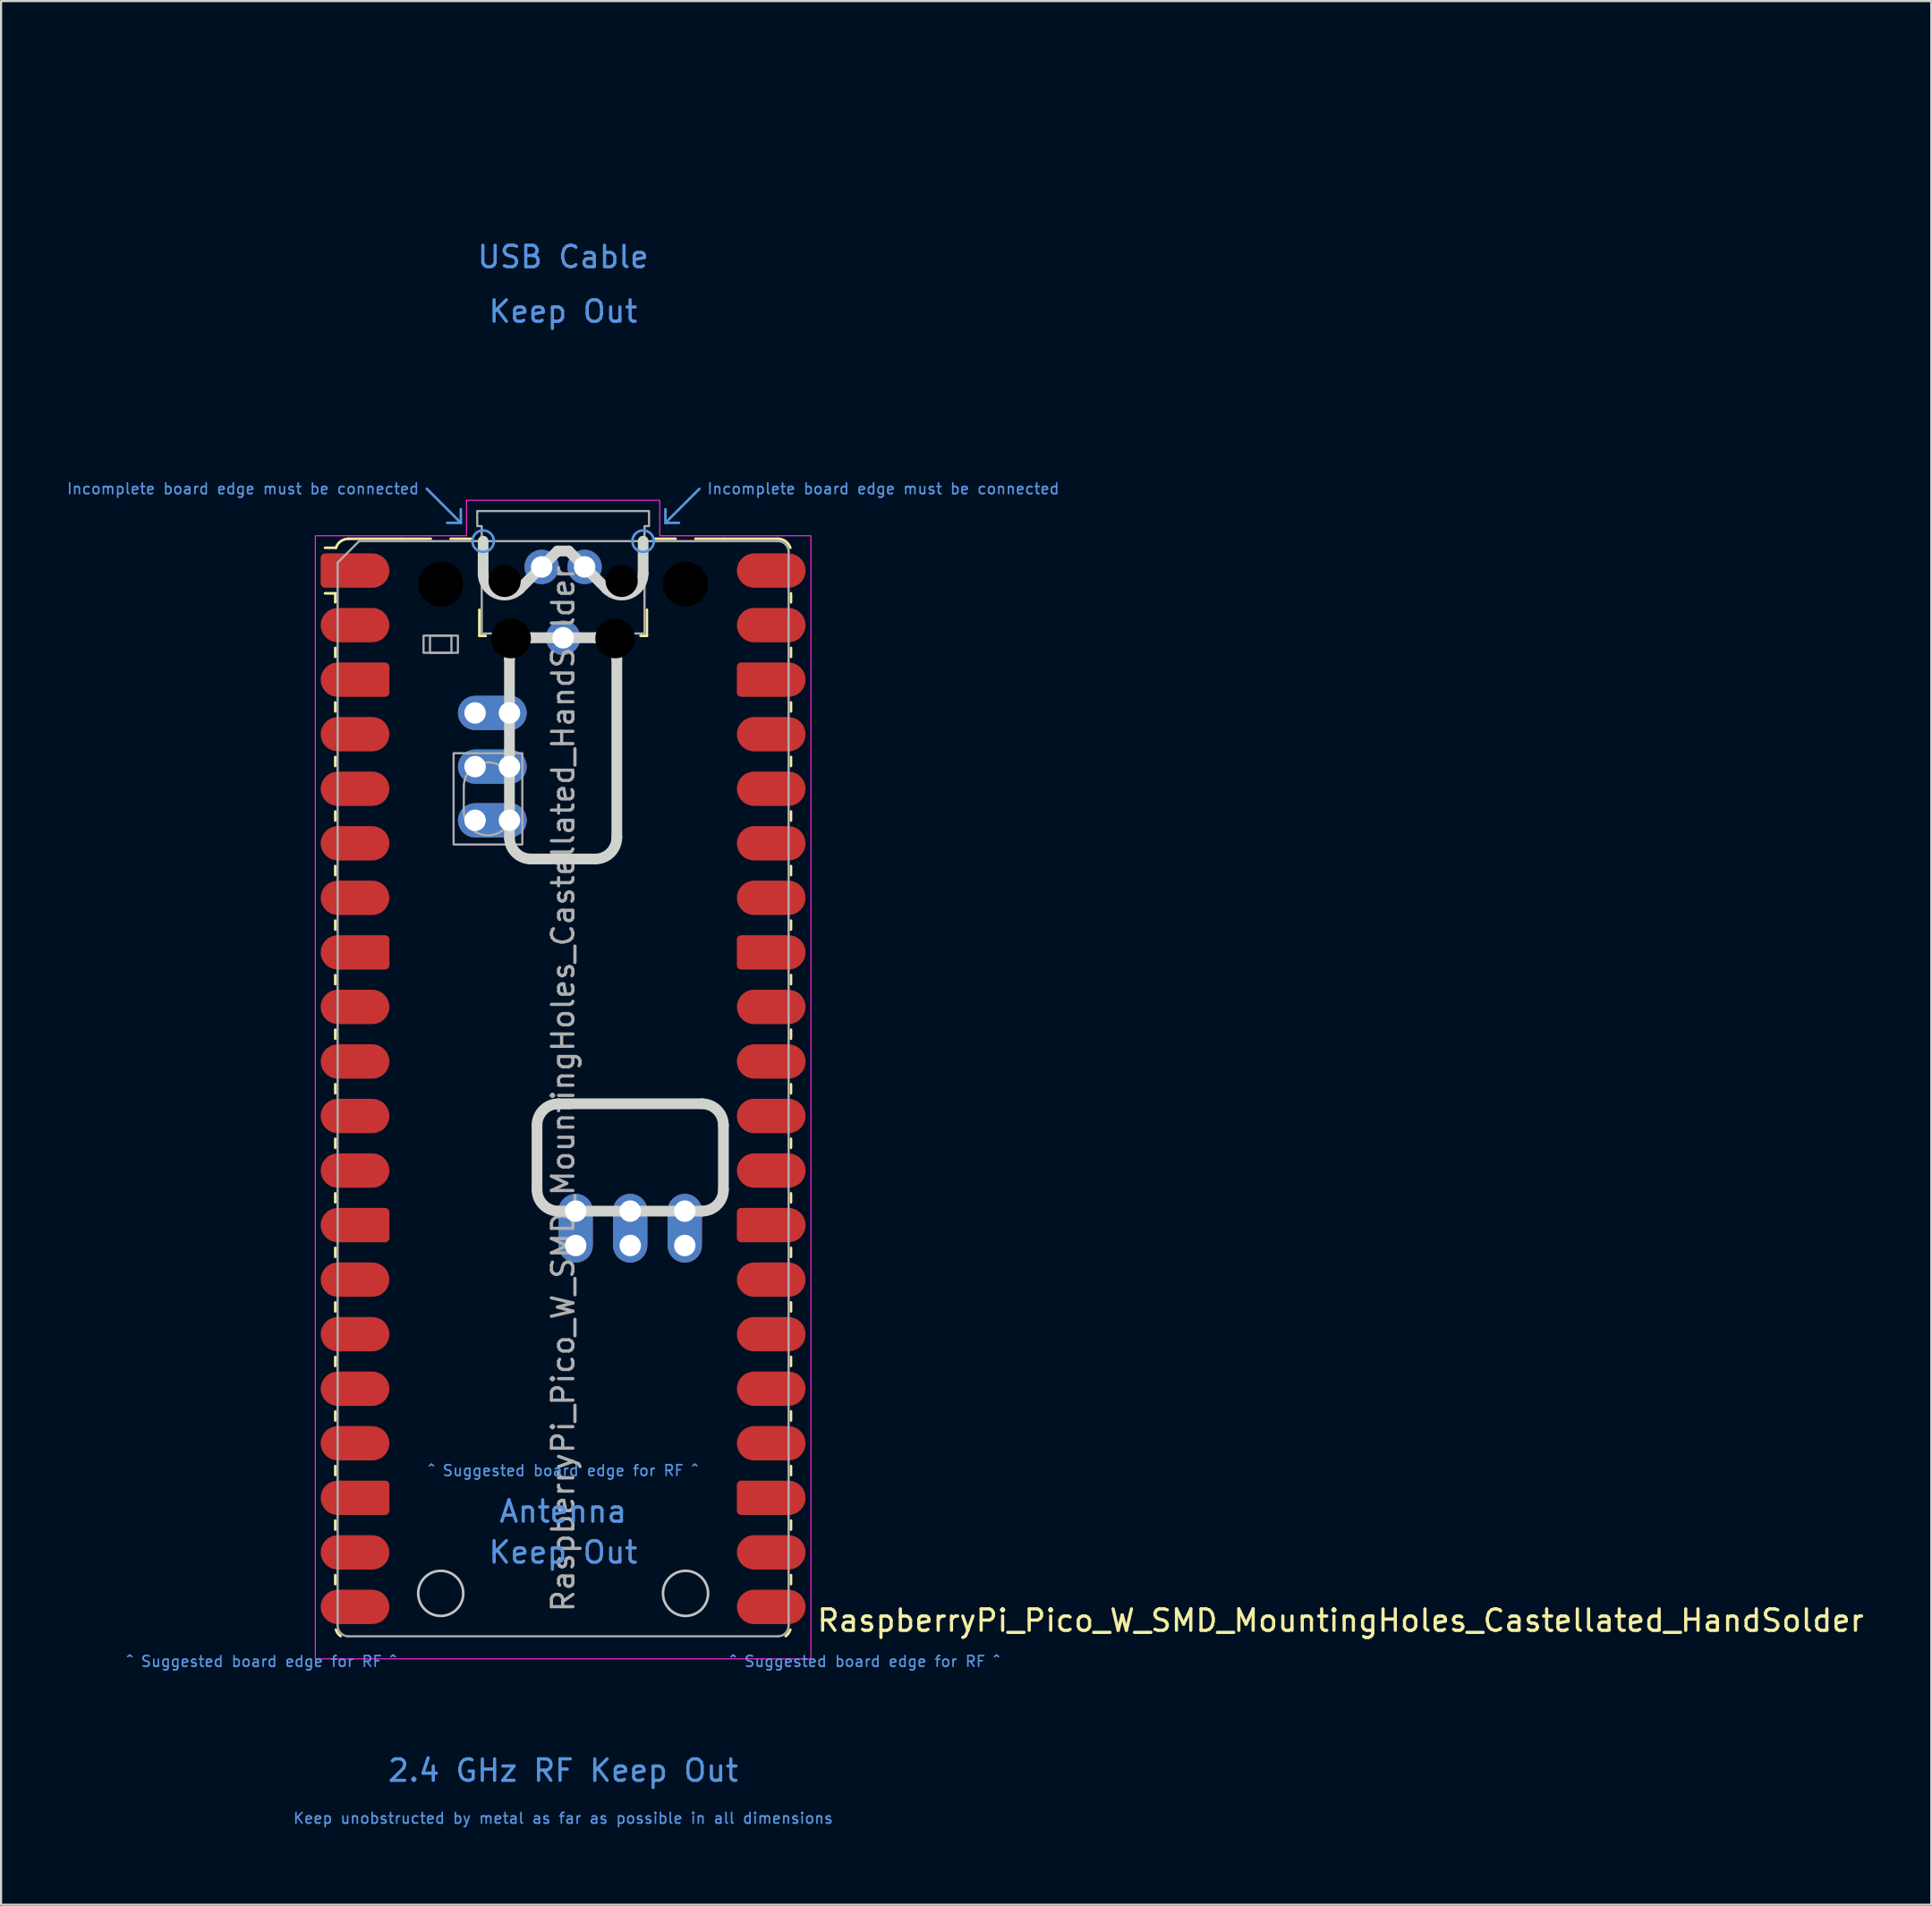
<source format=kicad_pcb>
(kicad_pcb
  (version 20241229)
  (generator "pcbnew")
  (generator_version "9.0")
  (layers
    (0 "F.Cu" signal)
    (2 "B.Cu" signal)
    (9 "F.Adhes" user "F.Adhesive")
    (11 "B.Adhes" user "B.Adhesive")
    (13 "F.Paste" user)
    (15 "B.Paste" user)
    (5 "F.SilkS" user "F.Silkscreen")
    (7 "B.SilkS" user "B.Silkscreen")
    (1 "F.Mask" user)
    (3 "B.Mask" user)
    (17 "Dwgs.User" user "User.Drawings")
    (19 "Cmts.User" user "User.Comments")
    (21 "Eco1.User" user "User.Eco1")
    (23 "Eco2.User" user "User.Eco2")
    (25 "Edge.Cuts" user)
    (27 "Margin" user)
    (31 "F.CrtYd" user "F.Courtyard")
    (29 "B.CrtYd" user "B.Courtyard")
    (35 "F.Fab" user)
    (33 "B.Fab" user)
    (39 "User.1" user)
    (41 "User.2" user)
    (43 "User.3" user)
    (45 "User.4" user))
  (footprint "RaspberryPi_Pico_W_SMD_MountingHoles_Castellated_HandSolder"
    (layer "F.Cu")
    (at 23.173 47.65)
    (property "Reference" "RaspberryPi_Pico_W_SMD_MountingHoles_Castellated_HandSolder" (at 11.748 24.765 0) (unlocked yes) (layer "F.SilkS") (effects (font (size 1 1) (thickness 0.15)) (justify left)))
    (attr smd)
    (fp_line (start -10.61 -23.07) (end -11.09 -23.07) (stroke (width 0.12) (type solid)) (layer "F.SilkS"))
    (fp_line (start -10.61 -23.07) (end -10.61 -22.65) (stroke (width 0.12) (type solid)) (layer "F.SilkS"))
    (fp_line (start -10.61 -20.53) (end -10.61 -20.11) (stroke (width 0.12) (type solid)) (layer "F.SilkS"))
    (fp_line (start -10.61 -17.99) (end -10.61 -17.57) (stroke (width 0.12) (type solid)) (layer "F.SilkS"))
    (fp_line (start -10.61 -15.45) (end -10.61 -15.03) (stroke (width 0.12) (type solid)) (layer "F.SilkS"))
    (fp_line (start -10.61 -12.91) (end -10.61 -12.49) (stroke (width 0.12) (type solid)) (layer "F.SilkS"))
    (fp_line (start -10.61 -10.37) (end -10.61 -9.95) (stroke (width 0.12) (type solid)) (layer "F.SilkS"))
    (fp_line (start -10.61 -7.83) (end -10.61 -7.41) (stroke (width 0.12) (type solid)) (layer "F.SilkS"))
    (fp_line (start -10.61 -5.29) (end -10.61 -4.87) (stroke (width 0.12) (type solid)) (layer "F.SilkS"))
    (fp_line (start -10.61 -2.75) (end -10.61 -2.33) (stroke (width 0.12) (type solid)) (layer "F.SilkS"))
    (fp_line (start -10.61 -0.21) (end -10.61 0.21) (stroke (width 0.12) (type solid)) (layer "F.SilkS"))
    (fp_line (start -10.61 2.33) (end -10.61 2.75) (stroke (width 0.12) (type solid)) (layer "F.SilkS"))
    (fp_line (start -10.61 4.87) (end -10.61 5.29) (stroke (width 0.12) (type solid)) (layer "F.SilkS"))
    (fp_line (start -10.61 7.41) (end -10.61 7.83) (stroke (width 0.12) (type solid)) (layer "F.SilkS"))
    (fp_line (start -10.61 9.95) (end -10.61 10.37) (stroke (width 0.12) (type solid)) (layer "F.SilkS"))
    (fp_line (start -10.61 12.49) (end -10.61 12.91) (stroke (width 0.12) (type solid)) (layer "F.SilkS"))
    (fp_line (start -10.61 15.03) (end -10.61 15.45) (stroke (width 0.12) (type solid)) (layer "F.SilkS"))
    (fp_line (start -10.61 17.57) (end -10.61 17.99) (stroke (width 0.12) (type solid)) (layer "F.SilkS"))
    (fp_line (start -10.61 20.11) (end -10.61 20.53) (stroke (width 0.12) (type solid)) (layer "F.SilkS"))
    (fp_line (start -10.61 22.65) (end -10.61 23.07) (stroke (width 0.12) (type solid)) (layer "F.SilkS"))
    (fp_line (start -10.58 -25.19) (end -11.09 -25.19) (stroke (width 0.12) (type solid)) (layer "F.SilkS"))
    (fp_line (start -10 -25.61) (end -7.51 -25.61) (stroke (width 0.12) (type solid)) (layer "F.SilkS"))
    (fp_line (start -7.51 -25.61) (end -6.162 -25.61) (stroke (width 0.12) (type solid)) (layer "F.SilkS"))
    (fp_line (start -5.238 -25.61) (end -4.235 -25.61) (stroke (width 0.12) (type solid)) (layer "F.SilkS"))
    (fp_line (start -3.9 -22.306) (end -3.9 -21.09) (stroke (width 0.12) (type solid)) (layer "F.SilkS"))
    (fp_line (start -3.9 -21.09) (end -3.604 -21.09) (stroke (width 0.12) (type solid)) (layer "F.SilkS"))
    (fp_line (start 3.604 -21.09) (end 3.9 -21.09) (stroke (width 0.12) (type solid)) (layer "F.SilkS"))
    (fp_line (start 3.9 -22.306) (end 3.9 -21.09) (stroke (width 0.12) (type solid)) (layer "F.SilkS"))
    (fp_line (start 4.235 -25.61) (end 5.238 -25.61) (stroke (width 0.12) (type solid)) (layer "F.SilkS"))
    (fp_line (start 6.162 -25.61) (end 7.51 -25.61) (stroke (width 0.12) (type solid)) (layer "F.SilkS"))
    (fp_line (start 10 -25.61) (end 7.51 -25.61) (stroke (width 0.12) (type solid)) (layer "F.SilkS"))
    (fp_line (start 10.61 -23.07) (end 10.61 -22.65) (stroke (width 0.12) (type solid)) (layer "F.SilkS"))
    (fp_line (start 10.61 -20.53) (end 10.61 -20.11) (stroke (width 0.12) (type solid)) (layer "F.SilkS"))
    (fp_line (start 10.61 -17.99) (end 10.61 -17.57) (stroke (width 0.12) (type solid)) (layer "F.SilkS"))
    (fp_line (start 10.61 -15.45) (end 10.61 -15.03) (stroke (width 0.12) (type solid)) (layer "F.SilkS"))
    (fp_line (start 10.61 -12.91) (end 10.61 -12.49) (stroke (width 0.12) (type solid)) (layer "F.SilkS"))
    (fp_line (start 10.61 -10.37) (end 10.61 -9.95) (stroke (width 0.12) (type solid)) (layer "F.SilkS"))
    (fp_line (start 10.61 -7.83) (end 10.61 -7.41) (stroke (width 0.12) (type solid)) (layer "F.SilkS"))
    (fp_line (start 10.61 -5.29) (end 10.61 -4.87) (stroke (width 0.12) (type solid)) (layer "F.SilkS"))
    (fp_line (start 10.61 -2.75) (end 10.61 -2.33) (stroke (width 0.12) (type solid)) (layer "F.SilkS"))
    (fp_line (start 10.61 -0.21) (end 10.61 0.21) (stroke (width 0.12) (type solid)) (layer "F.SilkS"))
    (fp_line (start 10.61 2.33) (end 10.61 2.75) (stroke (width 0.12) (type solid)) (layer "F.SilkS"))
    (fp_line (start 10.61 4.87) (end 10.61 5.29) (stroke (width 0.12) (type solid)) (layer "F.SilkS"))
    (fp_line (start 10.61 7.41) (end 10.61 7.83) (stroke (width 0.12) (type solid)) (layer "F.SilkS"))
    (fp_line (start 10.61 9.95) (end 10.61 10.37) (stroke (width 0.12) (type solid)) (layer "F.SilkS"))
    (fp_line (start 10.61 12.49) (end 10.61 12.91) (stroke (width 0.12) (type solid)) (layer "F.SilkS"))
    (fp_line (start 10.61 15.03) (end 10.61 15.45) (stroke (width 0.12) (type solid)) (layer "F.SilkS"))
    (fp_line (start 10.61 17.57) (end 10.61 17.99) (stroke (width 0.12) (type solid)) (layer "F.SilkS"))
    (fp_line (start 10.61 20.11) (end 10.61 20.53) (stroke (width 0.12) (type solid)) (layer "F.SilkS"))
    (fp_line (start 10.61 22.65) (end 10.61 23.07) (stroke (width 0.12) (type solid)) (layer "F.SilkS"))
    (fp_arc (start -10.579676 -25.189937) (mid -10.357938 -25.493944) (end -10 -25.61) (stroke (width 0.12) (type solid)) (layer "F.SilkS"))
    (fp_arc (start -10.363318 25.49) (mid -10.494791 25.356765) (end -10.579676 25.189937) (stroke (width 0.12) (type solid)) (layer "F.SilkS"))
    (fp_arc (start 10 -25.61) (mid 10.357937 -25.493944) (end 10.579676 -25.189937) (stroke (width 0.12) (type solid)) (layer "F.SilkS"))
    (fp_arc (start 10.579676 25.189937) (mid 10.494803 25.356773) (end 10.363318 25.49) (stroke (width 0.12) (type solid)) (layer "F.SilkS"))
    (fp_circle (center -5.7 23.5) (end -4.65 23.5) (stroke (width 0.12) (type solid)) (fill no) (layer "Dwgs.User"))
    (fp_circle (center 5.7 23.5) (end 6.75 23.5) (stroke (width 0.12) (type solid)) (fill no) (layer "Dwgs.User"))
    (fp_line (start -6.35 -27.94) (end -4.763 -26.352) (stroke (width 0.12) (type solid)) (layer "Cmts.User"))
    (fp_line (start -4.763 -26.352) (end -5.397 -26.352) (stroke (width 0.12) (type solid)) (layer "Cmts.User"))
    (fp_line (start -4.763 -26.352) (end -4.763 -26.988) (stroke (width 0.12) (type solid)) (layer "Cmts.User"))
    (fp_line (start 4.763 -26.352) (end 4.763 -26.988) (stroke (width 0.12) (type solid)) (layer "Cmts.User"))
    (fp_line (start 4.763 -26.352) (end 5.397 -26.352) (stroke (width 0.12) (type solid)) (layer "Cmts.User"))
    (fp_line (start 6.35 -27.94) (end 4.763 -26.352) (stroke (width 0.12) (type solid)) (layer "Cmts.User"))
    (fp_circle (center -3.725 -25.5) (end -3.225 -25.5) (stroke (width 0.12) (type solid)) (fill no) (layer "Cmts.User"))
    (fp_circle (center 3.725 -25.5) (end 3.225 -25.5) (stroke (width 0.12) (type solid)) (fill no) (layer "Cmts.User"))
    (fp_line (start -3.725 -23.989) (end -3.725 -25.5) (stroke (width 0.5) (type solid)) (layer "Edge.Cuts"))
    (fp_line (start -2.5 -20) (end -2.5 -11.7) (stroke (width 0.5) (type solid)) (layer "Edge.Cuts"))
    (fp_line (start -2.018 -23.282) (end -0.258 -25.042) (stroke (width 0.5) (type solid)) (layer "Edge.Cuts"))
    (fp_line (start -1.216 4.7) (end -1.216 1.7) (stroke (width 0.5) (type solid)) (layer "Edge.Cuts"))
    (fp_line (start -0.216 5.7) (end 6.464 5.7) (stroke (width 0.5) (type solid)) (layer "Edge.Cuts"))
    (fp_line (start 0.258 -25.042) (end -0.258 -25.042) (stroke (width 0.5) (type solid)) (layer "Edge.Cuts"))
    (fp_line (start 1.5 -21) (end -1.5 -21) (stroke (width 0.5) (type solid)) (layer "Edge.Cuts"))
    (fp_line (start 1.5 -10.7) (end -1.5 -10.7) (stroke (width 0.5) (type solid)) (layer "Edge.Cuts"))
    (fp_line (start 2.018 -23.282) (end 0.258 -25.042) (stroke (width 0.5) (type solid)) (layer "Edge.Cuts"))
    (fp_line (start 2.5 -11.7) (end 2.5 -20) (stroke (width 0.5) (type solid)) (layer "Edge.Cuts"))
    (fp_line (start 3.725 -23.989) (end 3.725 -25.5) (stroke (width 0.5) (type solid)) (layer "Edge.Cuts"))
    (fp_line (start 6.464 0.7) (end -0.216 0.7) (stroke (width 0.5) (type solid)) (layer "Edge.Cuts"))
    (fp_line (start 7.464 1.7) (end 7.464 4.7) (stroke (width 0.5) (type solid)) (layer "Edge.Cuts"))
    (fp_arc (start -2.5 -20) (mid -2.207118 -20.707118) (end -1.5 -21) (stroke (width 0.5) (type solid)) (layer "Edge.Cuts"))
    (fp_arc (start -2.017893 -23.282106) (mid -3.107711 -23.065266) (end -3.725 -23.989213) (stroke (width 0.5) (type solid)) (layer "Edge.Cuts"))
    (fp_arc (start -1.5 -10.7) (mid -2.20711 -10.99289) (end -2.5 -11.7) (stroke (width 0.5) (type solid)) (layer "Edge.Cuts"))
    (fp_arc (start -1.2159 1.7) (mid -0.923007 0.992893) (end -0.2159 0.7) (stroke (width 0.5) (type solid)) (layer "Edge.Cuts"))
    (fp_arc (start -0.2159 5.7) (mid -0.923007 5.407107) (end -1.2159 4.7) (stroke (width 0.5) (type solid)) (layer "Edge.Cuts"))
    (fp_arc (start 1.5 -21) (mid 2.207107 -20.707107) (end 2.5 -20) (stroke (width 0.5) (type solid)) (layer "Edge.Cuts"))
    (fp_arc (start 2.5 -11.7) (mid 2.207095 -10.992905) (end 1.5 -10.7) (stroke (width 0.5) (type solid)) (layer "Edge.Cuts"))
    (fp_arc (start 3.725 -23.989213) (mid 3.107698 -23.06529) (end 2.017893 -23.282106) (stroke (width 0.5) (type solid)) (layer "Edge.Cuts"))
    (fp_arc (start 6.4641 0.7) (mid 7.171207 0.992893) (end 7.4641 1.7) (stroke (width 0.5) (type solid)) (layer "Edge.Cuts"))
    (fp_arc (start 7.4641 4.7) (mid 7.171207 5.407107) (end 6.4641 5.7) (stroke (width 0.5) (type solid)) (layer "Edge.Cuts"))
    (fp_poly (pts (xy -4.5 -27.4) (xy 4.5 -27.4) (xy 4.5 -25.75) (xy 11.54 -25.75) (xy 11.54 26.55) (xy -11.54 26.55) (xy -11.54 -25.75) (xy -4.5 -25.75)) (stroke (width 0.05) (type solid)) (fill no) (layer "F.CrtYd"))
    (fp_line (start -10.5 -24.5) (end -9.5 -25.5) (stroke (width 0.1) (type solid)) (layer "F.Fab"))
    (fp_line (start -10.5 25) (end -10.5 -24.5) (stroke (width 0.1) (type solid)) (layer "F.Fab"))
    (fp_line (start -9.5 -25.5) (end 10 -25.5) (stroke (width 0.1) (type solid)) (layer "F.Fab"))
    (fp_line (start -4.625 -14.075) (end -4.625 -12.925) (stroke (width 0.1) (type solid)) (layer "F.Fab"))
    (fp_line (start -2.375 -14.075) (end -2.375 -12.925) (stroke (width 0.1) (type solid)) (layer "F.Fab"))
    (fp_line (start 10 25.5) (end -10 25.5) (stroke (width 0.1) (type solid)) (layer "F.Fab"))
    (fp_line (start 10.5 -25) (end 10.5 25) (stroke (width 0.1) (type solid)) (layer "F.Fab"))
    (fp_rect (start -6.5 -21.1) (end -4.9 -20.3) (stroke (width 0.1) (type solid)) (fill no) (layer "F.Fab"))
    (fp_rect (start -6.2 -21.1) (end -5.2 -20.3) (stroke (width 0.1) (type solid)) (fill no) (layer "F.Fab"))
    (fp_rect (start -5.1 -15.625) (end -1.9 -11.375) (stroke (width 0.1) (type solid)) (fill no) (layer "F.Fab"))
    (fp_arc (start -10 25.5) (mid -10.353553 25.353553) (end -10.5 25) (stroke (width 0.1) (type solid)) (layer "F.Fab"))
    (fp_arc (start -4.625 -14.075) (mid -3.5 -15.2) (end -2.375 -14.075) (stroke (width 0.1) (type solid)) (layer "F.Fab"))
    (fp_arc (start -2.375 -12.925) (mid -3.5 -11.8) (end -4.625 -12.925) (stroke (width 0.1) (type solid)) (layer "F.Fab"))
    (fp_arc (start 10 -25.5) (mid 10.353553 -25.353553) (end 10.5 -25) (stroke (width 0.1) (type solid)) (layer "F.Fab"))
    (fp_arc (start 10.5 25) (mid 10.353553 25.353553) (end 10 25.5) (stroke (width 0.1) (type solid)) (layer "F.Fab"))
    (fp_poly (pts (xy 3.79 -21.2) (xy 3.79 -26.2) (xy 4 -26.2) (xy 4 -26.9) (xy -4 -26.9) (xy -4 -26.2) (xy -3.79 -26.2) (xy -3.79 -21.2)) (stroke (width 0.1) (type solid)) (fill no) (layer "F.Fab"))
    (fp_text user "^ Suggested board edge for RF ^" (at 0 17.78 0) (unlocked yes) (layer "Cmts.User") (effects (font (size 0.5 0.5) (thickness 0.075))))
    (fp_text user "Keep unobstructed by metal as far as possible in all dimensions" (at 0 33.972 0) (unlocked yes) (layer "Cmts.User") (effects (font (size 0.5 0.5) (thickness 0.075))))
    (fp_text user "Keep Out" (at 0 -36.195 0) (unlocked yes) (layer "Cmts.User") (effects (font (size 1 1) (thickness 0.15))))
    (fp_text user "Incomplete board edge must be connected" (at 6.668 -27.94 0) (unlocked yes) (layer "Cmts.User") (effects (font (size 0.5 0.5) (thickness 0.075)) (justify left)))
    (fp_text user "^ Suggested board edge for RF ^" (at -14.05 26.67 0) (unlocked yes) (layer "Cmts.User") (effects (font (size 0.5 0.5) (thickness 0.075))))
    (fp_text user "USB Cable" (at 0 -38.735 0) (unlocked yes) (layer "Cmts.User") (effects (font (size 1 1) (thickness 0.15))))
    (fp_text user "2.4 GHz RF Keep Out" (at 0 31.75 0) (unlocked yes) (layer "Cmts.User") (effects (font (size 1 1) (thickness 0.15))))
    (fp_text user "Incomplete board edge must be connected" (at -6.668 -27.94 0) (unlocked yes) (layer "Cmts.User") (effects (font (size 0.5 0.5) (thickness 0.075)) (justify right)))
    (fp_text user "Antenna" (at 0 19.685 0) (unlocked yes) (layer "Cmts.User") (effects (font (size 1 1) (thickness 0.15))))
    (fp_text user "Keep Out" (at 0 21.59 0) (unlocked yes) (layer "Cmts.User") (effects (font (size 1 1) (thickness 0.15))))
    (fp_text user "^ Suggested board edge for RF ^" (at 14.05 26.67 0) (unlocked yes) (layer "Cmts.User") (effects (font (size 0.5 0.5) (thickness 0.075))))
    (fp_text user "${REFERENCE}" (at 0 0 90) (layer "F.Fab") (effects (font (size 1 1) (thickness 0.15))))
    (pad "" np_thru_hole circle (at -5.7 -23.5) (size 3.8 3.8) (drill 2.1) (layers "*.Mask"))
    (pad "" np_thru_hole circle (at -2.725 -23.65) (size 1.5 1.5) (drill 1.5) (layers "*.Mask"))
    (pad "" np_thru_hole circle (at -2.425 -20.97) (size 1.85 1.85) (drill 1.85) (layers "*.Mask"))
    (pad "" np_thru_hole circle (at 2.425 -20.97) (size 1.85 1.85) (drill 1.85) (layers "*.Mask"))
    (pad "" np_thru_hole circle (at 2.725 -23.65) (size 1.5 1.5) (drill 1.5) (layers "*.Mask"))
    (pad "" np_thru_hole circle (at 5.7 -23.5) (size 3.8 3.8) (drill 2.1) (layers "*.Mask"))
    (pad "1" smd custom (at -8.89 -24.13) (size 1.6 1.6) (layers "F.Cu" "F.Mask" "F.Paste") (options (anchor circle)) (primitives (gr_poly (pts (xy -2.4 0.6) (xy -2.4 -0.6) (xy -2.2 -0.8) (xy 0 -0.8) (xy 0 0.8) (xy -2.2 0.8)) (width 0) (fill yes)) (gr_circle (center -2.2 0.6) (end -2 0.6) (width 0) (fill yes)) (gr_circle (center -2.2 -0.6) (end -2 -0.6) (width 0) (fill yes))))
    (pad "2" smd roundrect (at -8.89 -21.59) (size 3.2 1.6) (drill (offset -0.8 0)) (layers "F.Cu" "F.Mask" "F.Paste") (roundrect_rratio 0.5))
    (pad "3" smd custom (at -8.89 -19.05) (size 1.6 1.6) (layers "F.Cu" "F.Mask" "F.Paste") (options (anchor circle)) (primitives (gr_poly (pts (xy 0.8 -0.6) (xy 0.8 0.6) (xy 0.6 0.8) (xy -1.6 0.8) (xy -1.6 -0.8) (xy 0.6 -0.8)) (width 0) (fill yes)) (gr_circle (center 0.6 0.6) (end 0.8 0.6) (width 0) (fill yes)) (gr_circle (center 0.6 -0.6) (end 0.8 -0.6) (width 0) (fill yes)) (gr_circle (center -1.6 0) (end -0.8 0) (width 0) (fill yes))))
    (pad "4" smd roundrect (at -8.89 -16.51) (size 3.2 1.6) (drill (offset -0.8 0)) (layers "F.Cu" "F.Mask" "F.Paste") (roundrect_rratio 0.5))
    (pad "5" smd roundrect (at -8.89 -13.97) (size 3.2 1.6) (drill (offset -0.8 0)) (layers "F.Cu" "F.Mask" "F.Paste") (roundrect_rratio 0.5))
    (pad "6" smd roundrect (at -8.89 -11.43) (size 3.2 1.6) (drill (offset -0.8 0)) (layers "F.Cu" "F.Mask" "F.Paste") (roundrect_rratio 0.5))
    (pad "7" smd roundrect (at -8.89 -8.89) (size 3.2 1.6) (drill (offset -0.8 0)) (layers "F.Cu" "F.Mask" "F.Paste") (roundrect_rratio 0.5))
    (pad "8" smd custom (at -8.89 -6.35) (size 1.6 1.6) (layers "F.Cu" "F.Mask" "F.Paste") (options (anchor circle)) (primitives (gr_poly (pts (xy 0.8 -0.6) (xy 0.8 0.6) (xy 0.6 0.8) (xy -1.6 0.8) (xy -1.6 -0.8) (xy 0.6 -0.8)) (width 0) (fill yes)) (gr_circle (center 0.6 0.6) (end 0.8 0.6) (width 0) (fill yes)) (gr_circle (center 0.6 -0.6) (end 0.8 -0.6) (width 0) (fill yes)) (gr_circle (center -1.6 0) (end -0.8 0) (width 0) (fill yes))))
    (pad "9" smd roundrect (at -8.89 -3.81) (size 3.2 1.6) (drill (offset -0.8 0)) (layers "F.Cu" "F.Mask" "F.Paste") (roundrect_rratio 0.5))
    (pad "10" smd roundrect (at -8.89 -1.27) (size 3.2 1.6) (drill (offset -0.8 0)) (layers "F.Cu" "F.Mask" "F.Paste") (roundrect_rratio 0.5))
    (pad "11" smd roundrect (at -8.89 1.27) (size 3.2 1.6) (drill (offset -0.8 0)) (layers "F.Cu" "F.Mask" "F.Paste") (roundrect_rratio 0.5))
    (pad "12" smd roundrect (at -8.89 3.81) (size 3.2 1.6) (drill (offset -0.8 0)) (layers "F.Cu" "F.Mask" "F.Paste") (roundrect_rratio 0.5))
    (pad "13" smd custom (at -8.89 6.35) (size 1.6 1.6) (layers "F.Cu" "F.Mask" "F.Paste") (options (anchor circle)) (primitives (gr_poly (pts (xy 0.8 -0.6) (xy 0.8 0.6) (xy 0.6 0.8) (xy -1.6 0.8) (xy -1.6 -0.8) (xy 0.6 -0.8)) (width 0) (fill yes)) (gr_circle (center 0.6 0.6) (end 0.8 0.6) (width 0) (fill yes)) (gr_circle (center 0.6 -0.6) (end 0.8 -0.6) (width 0) (fill yes)) (gr_circle (center -1.6 0) (end -0.8 0) (width 0) (fill yes))))
    (pad "14" smd roundrect (at -8.89 8.89) (size 3.2 1.6) (drill (offset -0.8 0)) (layers "F.Cu" "F.Mask" "F.Paste") (roundrect_rratio 0.5))
    (pad "15" smd roundrect (at -8.89 11.43) (size 3.2 1.6) (drill (offset -0.8 0)) (layers "F.Cu" "F.Mask" "F.Paste") (roundrect_rratio 0.5))
    (pad "16" smd roundrect (at -8.89 13.97) (size 3.2 1.6) (drill (offset -0.8 0)) (layers "F.Cu" "F.Mask" "F.Paste") (roundrect_rratio 0.5))
    (pad "17" smd roundrect (at -8.89 16.51) (size 3.2 1.6) (drill (offset -0.8 0)) (layers "F.Cu" "F.Mask" "F.Paste") (roundrect_rratio 0.5))
    (pad "18" smd custom (at -8.89 19.05) (size 1.6 1.6) (layers "F.Cu" "F.Mask" "F.Paste") (options (anchor circle)) (primitives (gr_poly (pts (xy 0.8 -0.6) (xy 0.8 0.6) (xy 0.6 0.8) (xy -1.6 0.8) (xy -1.6 -0.8) (xy 0.6 -0.8)) (width 0) (fill yes)) (gr_circle (center 0.6 0.6) (end 0.8 0.6) (width 0) (fill yes)) (gr_circle (center 0.6 -0.6) (end 0.8 -0.6) (width 0) (fill yes)) (gr_circle (center -1.6 0) (end -0.8 0) (width 0) (fill yes))))
    (pad "19" smd roundrect (at -8.89 21.59) (size 3.2 1.6) (drill (offset -0.8 0)) (layers "F.Cu" "F.Mask" "F.Paste") (roundrect_rratio 0.5))
    (pad "20" smd roundrect (at -8.89 24.13) (size 3.2 1.6) (drill (offset -0.8 0)) (layers "F.Cu" "F.Mask" "F.Paste") (roundrect_rratio 0.5))
    (pad "21" smd roundrect (at 8.89 24.13) (size 3.2 1.6) (drill (offset 0.8 0)) (layers "F.Cu" "F.Mask" "F.Paste") (roundrect_rratio 0.5))
    (pad "22" smd roundrect (at 8.89 21.59) (size 3.2 1.6) (drill (offset 0.8 0)) (layers "F.Cu" "F.Mask" "F.Paste") (roundrect_rratio 0.5))
    (pad "23" smd custom (at 8.89 19.05) (size 1.6 1.6) (layers "F.Cu" "F.Mask" "F.Paste") (options (anchor circle)) (primitives (gr_poly (pts (xy -0.8 -0.6) (xy -0.8 0.6) (xy -0.6 0.8) (xy 1.6 0.8) (xy 1.6 -0.8) (xy -0.6 -0.8)) (width 0) (fill yes)) (gr_circle (center -0.6 0.6) (end -0.4 0.6) (width 0) (fill yes)) (gr_circle (center -0.6 -0.6) (end -0.4 -0.6) (width 0) (fill yes)) (gr_circle (center 1.6 0) (end 2.4 0) (width 0) (fill yes))))
    (pad "24" smd roundrect (at 8.89 16.51) (size 3.2 1.6) (drill (offset 0.8 0)) (layers "F.Cu" "F.Mask" "F.Paste") (roundrect_rratio 0.5))
    (pad "25" smd roundrect (at 8.89 13.97) (size 3.2 1.6) (drill (offset 0.8 0)) (layers "F.Cu" "F.Mask" "F.Paste") (roundrect_rratio 0.5))
    (pad "26" smd roundrect (at 8.89 11.43) (size 3.2 1.6) (drill (offset 0.8 0)) (layers "F.Cu" "F.Mask" "F.Paste") (roundrect_rratio 0.5))
    (pad "27" smd roundrect (at 8.89 8.89) (size 3.2 1.6) (drill (offset 0.8 0)) (layers "F.Cu" "F.Mask" "F.Paste") (roundrect_rratio 0.5))
    (pad "28" smd custom (at 8.89 6.35) (size 1.6 1.6) (layers "F.Cu" "F.Mask" "F.Paste") (options (anchor circle)) (primitives (gr_poly (pts (xy -0.8 -0.6) (xy -0.8 0.6) (xy -0.6 0.8) (xy 1.6 0.8) (xy 1.6 -0.8) (xy -0.6 -0.8)) (width 0) (fill yes)) (gr_circle (center -0.6 0.6) (end -0.4 0.6) (width 0) (fill yes)) (gr_circle (center -0.6 -0.6) (end -0.4 -0.6) (width 0) (fill yes)) (gr_circle (center 1.6 0) (end 2.4 0) (width 0) (fill yes))))
    (pad "29" smd roundrect (at 8.89 3.81) (size 3.2 1.6) (drill (offset 0.8 0)) (layers "F.Cu" "F.Mask" "F.Paste") (roundrect_rratio 0.5))
    (pad "30" smd roundrect (at 8.89 1.27) (size 3.2 1.6) (drill (offset 0.8 0)) (layers "F.Cu" "F.Mask" "F.Paste") (roundrect_rratio 0.5))
    (pad "31" smd roundrect (at 8.89 -1.27) (size 3.2 1.6) (drill (offset 0.8 0)) (layers "F.Cu" "F.Mask" "F.Paste") (roundrect_rratio 0.5))
    (pad "32" smd roundrect (at 8.89 -3.81) (size 3.2 1.6) (drill (offset 0.8 0)) (layers "F.Cu" "F.Mask" "F.Paste") (roundrect_rratio 0.5))
    (pad "33" smd custom (at 8.89 -6.35) (size 1.6 1.6) (layers "F.Cu" "F.Mask" "F.Paste") (options (anchor circle)) (primitives (gr_poly (pts (xy -0.8 -0.6) (xy -0.8 0.6) (xy -0.6 0.8) (xy 1.6 0.8) (xy 1.6 -0.8) (xy -0.6 -0.8)) (width 0) (fill yes)) (gr_circle (center -0.6 0.6) (end -0.4 0.6) (width 0) (fill yes)) (gr_circle (center -0.6 -0.6) (end -0.4 -0.6) (width 0) (fill yes)) (gr_circle (center 1.6 0) (end 2.4 0) (width 0) (fill yes))))
    (pad "34" smd roundrect (at 8.89 -8.89) (size 3.2 1.6) (drill (offset 0.8 0)) (layers "F.Cu" "F.Mask" "F.Paste") (roundrect_rratio 0.5))
    (pad "35" smd roundrect (at 8.89 -11.43) (size 3.2 1.6) (drill (offset 0.8 0)) (layers "F.Cu" "F.Mask" "F.Paste") (roundrect_rratio 0.5))
    (pad "36" smd roundrect (at 8.89 -13.97) (size 3.2 1.6) (drill (offset 0.8 0)) (layers "F.Cu" "F.Mask" "F.Paste") (roundrect_rratio 0.5))
    (pad "37" smd roundrect (at 8.89 -16.51) (size 3.2 1.6) (drill (offset 0.8 0)) (layers "F.Cu" "F.Mask" "F.Paste") (roundrect_rratio 0.5))
    (pad "38" smd custom (at 8.89 -19.05) (size 1.6 1.6) (layers "F.Cu" "F.Mask" "F.Paste") (options (anchor circle)) (primitives (gr_poly (pts (xy -0.8 -0.6) (xy -0.8 0.6) (xy -0.6 0.8) (xy 1.6 0.8) (xy 1.6 -0.8) (xy -0.6 -0.8)) (width 0) (fill yes)) (gr_circle (center -0.6 0.6) (end -0.4 0.6) (width 0) (fill yes)) (gr_circle (center -0.6 -0.6) (end -0.4 -0.6) (width 0) (fill yes)) (gr_circle (center 1.6 0) (end 2.4 0) (width 0) (fill yes))))
    (pad "39" smd roundrect (at 8.89 -21.59) (size 3.2 1.6) (drill (offset 0.8 0)) (layers "F.Cu" "F.Mask" "F.Paste") (roundrect_rratio 0.5))
    (pad "40" smd roundrect (at 8.89 -24.13) (size 3.2 1.6) (drill (offset 0.8 0)) (layers "F.Cu" "F.Mask" "F.Paste") (roundrect_rratio 0.5))
    (pad "D1" thru_hole circle (at 0.584 5.7) (size 1.6 1.6) (drill 1) (property pad_prop_castellated) (layers "*.Cu" "*.Mask"))
    (pad "D1" thru_hole roundrect (at 0.584 7.3) (size 1.6 3.2) (drill 1 (offset 0 -0.8)) (property pad_prop_castellated) (layers "*.Cu" "*.Mask") (roundrect_rratio 0.5))
    (pad "D2" thru_hole circle (at 3.124 5.7) (size 1.6 1.6) (drill 1) (property pad_prop_castellated) (layers "*.Cu" "*.Mask"))
    (pad "D2" thru_hole roundrect (at 3.124 7.3) (size 1.6 3.2) (drill 1 (offset 0 -0.8)) (property pad_prop_castellated) (layers "*.Cu" "*.Mask") (roundrect_rratio 0.5))
    (pad "D3" thru_hole circle (at 5.664 5.7) (size 1.6 1.6) (drill 1) (property pad_prop_castellated) (layers "*.Cu" "*.Mask"))
    (pad "D3" thru_hole roundrect (at 5.664 7.3) (size 1.6 3.2) (drill 1 (offset 0 -0.8)) (property pad_prop_castellated) (layers "*.Cu" "*.Mask") (roundrect_rratio 0.5))
    (pad "TP1" thru_hole circle (at 0 -21) (size 1.6 1.6) (drill 1) (property pad_prop_castellated) (layers "*.Cu" "*.Mask"))
    (pad "TP2" thru_hole circle (at 1 -24.3) (size 1.6 1.6) (drill 1) (property pad_prop_castellated) (layers "*.Cu" "*.Mask"))
    (pad "TP3" thru_hole circle (at -1 -24.3) (size 1.6 1.6) (drill 1) (property pad_prop_castellated) (layers "*.Cu" "*.Mask"))
    (pad "TP4" thru_hole roundrect (at -4.1 -17.5) (size 3.2 1.6) (drill 1 (offset 0.8 0)) (property pad_prop_castellated) (layers "*.Cu" "*.Mask") (roundrect_rratio 0.5))
    (pad "TP4" thru_hole circle (at -2.5 -17.5) (size 1.6 1.6) (drill 1) (property pad_prop_castellated) (layers "*.Cu" "*.Mask"))
    (pad "TP5" thru_hole roundrect (at -4.1 -15) (size 3.2 1.6) (drill 1 (offset 0.8 0)) (property pad_prop_castellated) (layers "*.Cu" "*.Mask") (roundrect_rratio 0.5))
    (pad "TP5" thru_hole circle (at -2.5 -15) (size 1.6 1.6) (drill 1) (property pad_prop_castellated) (layers "*.Cu" "*.Mask"))
    (pad "TP6" thru_hole roundrect (at -4.1 -12.5) (size 3.2 1.6) (drill 1 (offset 0.8 0)) (property pad_prop_castellated) (layers "*.Cu" "*.Mask") (roundrect_rratio 0.5))
    (pad "TP6" thru_hole circle (at -2.5 -12.5) (size 1.6 1.6) (drill 1) (property pad_prop_castellated) (layers "*.Cu" "*.Mask"))
    (zone (net_name "") (layers "F.Cu" "B.Cu" "F.Paste" "B.Paste") (name "RF Copper Keep Out") (hatch full 0.5) (connect_pads) (min_thickness 0.254) (filled_areas_thickness no) (keepout (tracks not_allowed) (vias not_allowed) (pads not_allowed) (copperpour not_allowed) (footprints not_allowed)) (placement (enabled no)) (fill) (polygon (pts (xy 2.173 72.65) (xy 44.173 72.65) (xy 44.173 82.65) (xy 2.173 82.65))))
    (zone (net_name "") (layers "F.Cu" "B.Cu" "F.Paste" "B.Paste") (name "Antenna Copper Keep Out") (hatch full 0.5) (connect_pads) (min_thickness 0.254) (filled_areas_thickness no) (keepout (tracks not_allowed) (vias not_allowed) (pads not_allowed) (copperpour not_allowed) (footprints not_allowed)) (placement (enabled no)) (fill) (polygon (pts (xy 20.773 72.64) (xy 16.073 68.99) (xy 16.073 64.65) (xy 30.273 64.65) (xy 30.273 68.99) (xy 25.573 72.64) (xy 25.573 72.65) (xy 20.773 72.65))))
    (zone (net_name "") (layer "Edge.Cuts") (name "Board Keep Out USB Cable") (hatch edge 0.5) (connect_pads) (min_thickness 0.254) (filled_areas_thickness no) (keepout (tracks allowed) (vias allowed) (pads allowed) (copperpour allowed) (footprints allowed)) (placement (enabled no)) (fill) (polygon (pts (xy 16.973 0) (xy 29.373 0) (xy 29.373 20.4) (xy 16.973 20.4))))
    (zone (net_name "") (layer "Edge.Cuts") (name "Board Keep Out Suggestion RF") (hatch edge 0.5) (connect_pads) (min_thickness 0.254) (filled_areas_thickness no) (keepout (tracks allowed) (vias allowed) (pads allowed) (copperpour allowed) (footprints allowed)) (placement (enabled no)) (fill) (polygon (pts (xy 30.273 73.65) (xy 44.173 73.65) (xy 44.173 82.65) (xy 2.173 82.65) (xy 2.173 73.65) (xy 16.073 73.65) (xy 16.073 64.65) (xy 30.273 64.65))))
    (zone (net_name "") (layer "Edge.Cuts") (name "Board Keep Out Castellated TP") (hatch edge 0.5) (connect_pads) (min_thickness 0.254) (filled_areas_thickness no) (keepout (tracks allowed) (vias allowed) (pads allowed) (copperpour allowed) (footprints allowed)) (placement (enabled no)) (fill) (polygon (pts (arc (start 24.673447 36.95) (mid 25.380554 36.657107) (end 25.673447 35.95)) (arc (start 25.673447 27.65) (mid 25.380554 26.942893) (end 24.673447 26.65)) (arc (start 21.673447 26.65) (mid 20.96634 26.942893) (end 20.673447 27.65)) (arc (start 20.673447 35.95) (mid 20.966343 36.657104) (end 21.673447 36.95)))))
    (zone (net_name "") (layer "Edge.Cuts") (name "Board Keep Out Castellated Debug") (hatch edge 0.5) (connect_pads) (min_thickness 0.254) (filled_areas_thickness no) (keepout (tracks allowed) (vias allowed) (pads allowed) (copperpour allowed) (footprints allowed)) (placement (enabled no)) (fill) (polygon (pts (arc (start 30.637547 52.35) (mid 30.344651 53.057104) (end 29.637547 53.35)) (arc (start 22.957547 53.35) (mid 22.25044 53.057107) (end 21.957547 52.35)) (arc (start 21.957547 49.35) (mid 22.250443 48.642896) (end 22.957547 48.35)) (arc (start 29.637547 48.35) (mid 30.344654 48.642893) (end 30.637547 49.35)))))
    (zone (net_name "") (layer "Edge.Cuts") (name "Board Keep Out Castellated USB") (hatch edge 0.5) (connect_pads) (min_thickness 0.25) (filled_areas_thickness no) (keepout (tracks allowed) (vias allowed) (pads allowed) (copperpour allowed) (footprints allowed)) (placement (enabled no)) (fill) (polygon (pts (arc (start 20.448447 20.607538) (mid 19.74134 20.900431) (end 19.448447 21.607538)) (arc (start 19.448447 23.660787) (mid 20.065759 24.584679) (end 21.155554 24.367894)) (xy 22.916 22.608) (xy 23.431 22.608) (arc (start 25.19134 24.367894) (mid 26.281135 24.584679) (end 26.898447 23.660787)) (arc (start 26.898447 21.607538) (mid 26.605554 20.900431) (end 25.898447 20.607538)))))
    (zone (net_name "") (layer "F.CrtYd") (name "USB Cable Keep Out") (hatch full 0.5) (connect_pads) (min_thickness 0.254) (filled_areas_thickness no) (keepout (tracks allowed) (vias allowed) (pads allowed) (copperpour allowed) (footprints not_allowed)) (placement (enabled no)) (fill) (polygon (pts (xy 17.423 19.95) (xy 19.233 19.95) (xy 19.233 20.25) (xy 27.113 20.25) (xy 27.113 19.95) (xy 28.923 19.95) (xy 28.923 0.45) (xy 17.423 0.45)))))
  (gr_rect
    (start -3 -3)
    (end 86.885 85.65)
    (stroke (width 0.1) (type default))
    (fill no)
    (layer "Edge.Cuts")))
</source>
